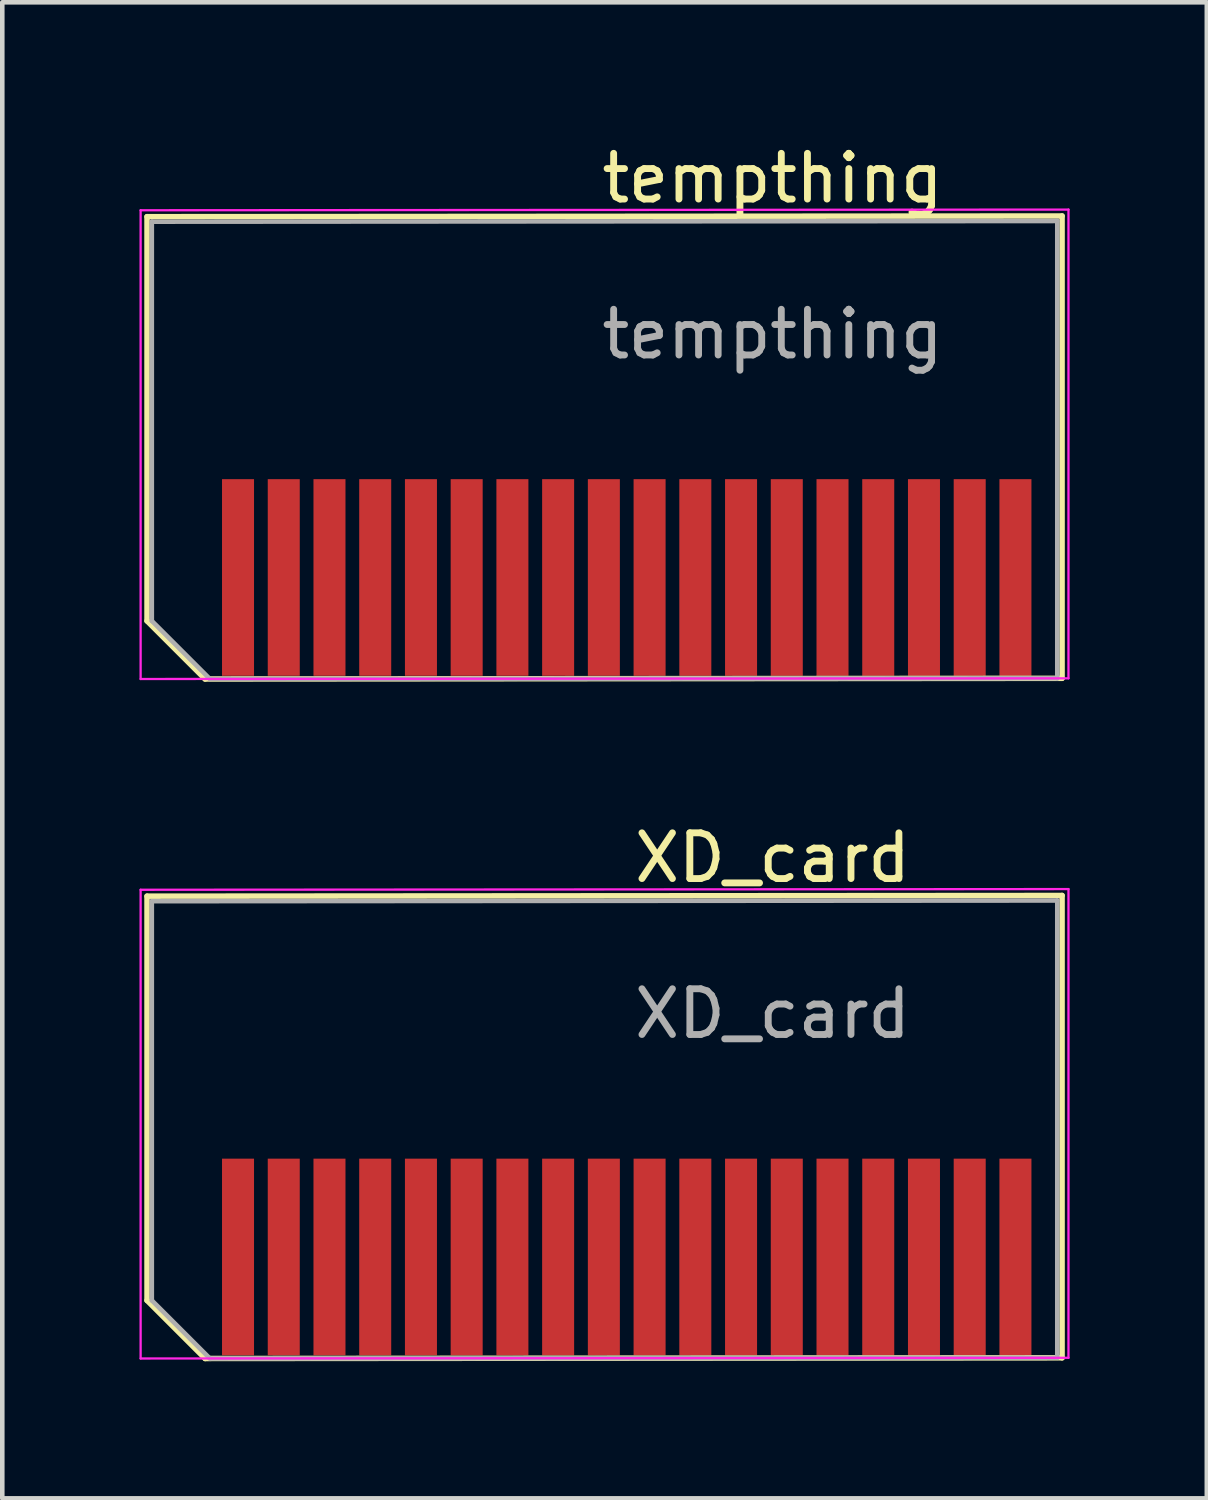
<source format=kicad_pcb>
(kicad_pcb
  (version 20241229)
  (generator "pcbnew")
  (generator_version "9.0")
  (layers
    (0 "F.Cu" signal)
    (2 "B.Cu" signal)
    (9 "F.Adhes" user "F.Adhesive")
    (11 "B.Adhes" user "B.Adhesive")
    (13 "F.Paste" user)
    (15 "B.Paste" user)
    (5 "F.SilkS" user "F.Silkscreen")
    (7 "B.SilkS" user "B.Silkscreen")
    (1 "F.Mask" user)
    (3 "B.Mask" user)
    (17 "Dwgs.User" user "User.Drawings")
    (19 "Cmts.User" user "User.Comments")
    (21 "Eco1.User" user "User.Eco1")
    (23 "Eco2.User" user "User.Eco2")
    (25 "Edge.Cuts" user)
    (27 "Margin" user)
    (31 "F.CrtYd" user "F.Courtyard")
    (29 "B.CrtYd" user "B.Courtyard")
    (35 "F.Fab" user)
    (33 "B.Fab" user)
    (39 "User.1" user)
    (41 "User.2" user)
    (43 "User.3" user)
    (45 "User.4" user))
  (footprint "XD_card"
    (layer "F.Cu")
    (at 13.845 21.657)
    (property "Reference" "XD_card" (at 0 -5.95 180) (layer "F.SilkS") (effects (font (size 1 1) (thickness 0.15))))
    (attr exclude_from_pos_files)
    (fp_line (start -13.68 -5.11) (end 6.33 -5.125) (stroke (width 0.12) (type solid)) (layer "F.SilkS"))
    (fp_line (start -13.68 3.73) (end -13.68 -5.11) (stroke (width 0.12) (type solid)) (layer "F.SilkS"))
    (fp_line (start -12.41 5) (end -13.68 3.73) (stroke (width 0.12) (type solid)) (layer "F.SilkS"))
    (fp_line (start -12.41 5) (end 6.33 4.985) (stroke (width 0.12) (type solid)) (layer "F.SilkS"))
    (fp_line (start 6.33 4.985) (end 6.33 -5.125) (stroke (width 0.12) (type solid)) (layer "F.SilkS"))
    (fp_line (start -13.82 -5.25) (end -13.82 5) (stroke (width 0.05) (type solid)) (layer "F.CrtYd"))
    (fp_line (start -13.82 5) (end 6.47 4.985) (stroke (width 0.05) (type solid)) (layer "F.CrtYd"))
    (fp_line (start 6.47 -5.265) (end -13.82 -5.25) (stroke (width 0.05) (type solid)) (layer "F.CrtYd"))
    (fp_line (start 6.47 4.985) (end 6.47 -5.265) (stroke (width 0.05) (type solid)) (layer "F.CrtYd"))
    (fp_line (start -13.575 -5) (end 6.225 -5.015) (stroke (width 0.1) (type solid)) (layer "F.Fab"))
    (fp_line (start -13.575 3.73) (end -13.575 -5) (stroke (width 0.1) (type solid)) (layer "F.Fab"))
    (fp_line (start -13.575 3.73) (end -12.305 5) (stroke (width 0.1) (type solid)) (layer "F.Fab"))
    (fp_line (start -12.305 5) (end 6.225 4.985) (stroke (width 0.1) (type solid)) (layer "F.Fab"))
    (fp_line (start 6.225 4.985) (end 6.225 -5.015) (stroke (width 0.1) (type solid)) (layer "F.Fab"))
    (fp_text user "${REFERENCE}" (at 0 -2.54 180) (layer "F.Fab") (effects (font (size 1 1) (thickness 0.15))))
    (pad "1" connect rect (at -11.69 2.78) (size 0.7 4.3) (layers "F.Cu" "F.Mask"))
    (pad "2" connect rect (at -10.69 2.78) (size 0.7 4.3) (layers "F.Cu" "F.Mask"))
    (pad "3" connect rect (at -9.69 2.78) (size 0.7 4.3) (layers "F.Cu" "F.Mask"))
    (pad "4" connect rect (at -8.69 2.78) (size 0.7 4.3) (layers "F.Cu" "F.Mask"))
    (pad "5" connect rect (at -7.69 2.78) (size 0.7 4.3) (layers "F.Cu" "F.Mask"))
    (pad "6" connect rect (at -6.69 2.78) (size 0.7 4.3) (layers "F.Cu" "F.Mask"))
    (pad "7" connect rect (at -5.69 2.78) (size 0.7 4.3) (layers "F.Cu" "F.Mask"))
    (pad "8" connect rect (at -4.69 2.78) (size 0.7 4.3) (layers "F.Cu" "F.Mask"))
    (pad "9" connect rect (at -3.69 2.78) (size 0.7 4.3) (layers "F.Cu" "F.Mask"))
    (pad "10" connect rect (at -2.69 2.78) (size 0.7 4.3) (layers "F.Cu" "F.Mask"))
    (pad "11" connect rect (at -1.69 2.78) (size 0.7 4.3) (layers "F.Cu" "F.Mask"))
    (pad "12" connect rect (at -0.69 2.78) (size 0.7 4.3) (layers "F.Cu" "F.Mask"))
    (pad "13" connect rect (at 0.31 2.78) (size 0.7 4.3) (layers "F.Cu" "F.Mask"))
    (pad "14" connect rect (at 1.31 2.78) (size 0.7 4.3) (layers "F.Cu" "F.Mask"))
    (pad "15" connect rect (at 2.31 2.78) (size 0.7 4.3) (layers "F.Cu" "F.Mask"))
    (pad "16" connect rect (at 3.31 2.78) (size 0.7 4.3) (layers "F.Cu" "F.Mask"))
    (pad "17" connect rect (at 4.31 2.78) (size 0.7 4.3) (layers "F.Cu" "F.Mask"))
    (pad "18" connect rect (at 5.31 2.78) (size 0.7 4.3) (layers "F.Cu" "F.Mask")))
  (footprint "tempthing"
    (layer "F.Cu")
    (at 13.845 6.798)
    (property "Reference" "tempthing" (at 0 -5.95 0) (layer "F.SilkS") (effects (font (size 1 1) (thickness 0.15))))
    (attr exclude_from_pos_files exclude_from_bom)
    (fp_line (start -13.68 -5.11) (end 6.33 -5.125) (stroke (width 0.12) (type solid)) (layer "F.SilkS"))
    (fp_line (start -13.68 3.73) (end -13.68 -5.11) (stroke (width 0.12) (type solid)) (layer "F.SilkS"))
    (fp_line (start -12.41 5) (end -13.68 3.73) (stroke (width 0.12) (type solid)) (layer "F.SilkS"))
    (fp_line (start -12.41 5) (end 6.33 4.985) (stroke (width 0.12) (type solid)) (layer "F.SilkS"))
    (fp_line (start 6.33 4.985) (end 6.33 -5.125) (stroke (width 0.12) (type solid)) (layer "F.SilkS"))
    (fp_line (start -13.82 -5.25) (end -13.82 5) (stroke (width 0.05) (type solid)) (layer "F.CrtYd"))
    (fp_line (start -13.82 5) (end 6.47 4.985) (stroke (width 0.05) (type solid)) (layer "F.CrtYd"))
    (fp_line (start 6.47 -5.265) (end -13.82 -5.25) (stroke (width 0.05) (type solid)) (layer "F.CrtYd"))
    (fp_line (start 6.47 4.985) (end 6.47 -5.265) (stroke (width 0.05) (type solid)) (layer "F.CrtYd"))
    (fp_line (start -13.575 -5) (end 6.225 -5.015) (stroke (width 0.1) (type solid)) (layer "F.Fab"))
    (fp_line (start -13.575 3.73) (end -13.575 -5) (stroke (width 0.1) (type solid)) (layer "F.Fab"))
    (fp_line (start -13.575 3.73) (end -12.305 5) (stroke (width 0.1) (type solid)) (layer "F.Fab"))
    (fp_line (start -12.305 5) (end 6.225 4.985) (stroke (width 0.1) (type solid)) (layer "F.Fab"))
    (fp_line (start 6.225 4.985) (end 6.225 -5.015) (stroke (width 0.1) (type solid)) (layer "F.Fab"))
    (fp_text user "${REFERENCE}" (at 0 -2.54 0) (layer "F.Fab") (effects (font (size 1 1) (thickness 0.15))))
    (pad "1" connect rect (at -11.69 2.78) (size 0.7 4.3) (layers "F.Cu" "F.Mask"))
    (pad "2" connect rect (at -10.69 2.78) (size 0.7 4.3) (layers "F.Cu" "F.Mask"))
    (pad "3" connect rect (at -9.69 2.78) (size 0.7 4.3) (layers "F.Cu" "F.Mask"))
    (pad "4" connect rect (at -8.69 2.78) (size 0.7 4.3) (layers "F.Cu" "F.Mask"))
    (pad "5" connect rect (at -7.69 2.78) (size 0.7 4.3) (layers "F.Cu" "F.Mask"))
    (pad "6" connect rect (at -6.69 2.78) (size 0.7 4.3) (layers "F.Cu" "F.Mask"))
    (pad "7" connect rect (at -5.69 2.78) (size 0.7 4.3) (layers "F.Cu" "F.Mask"))
    (pad "8" connect rect (at -4.69 2.78) (size 0.7 4.3) (layers "F.Cu" "F.Mask"))
    (pad "9" connect rect (at -3.69 2.78) (size 0.7 4.3) (layers "F.Cu" "F.Mask"))
    (pad "10" connect rect (at -2.69 2.78) (size 0.7 4.3) (layers "F.Cu" "F.Mask"))
    (pad "11" connect rect (at -1.69 2.78) (size 0.7 4.3) (layers "F.Cu" "F.Mask"))
    (pad "12" connect rect (at -0.69 2.78) (size 0.7 4.3) (layers "F.Cu" "F.Mask"))
    (pad "13" connect rect (at 0.31 2.78) (size 0.7 4.3) (layers "F.Cu" "F.Mask"))
    (pad "14" connect rect (at 1.31 2.78) (size 0.7 4.3) (layers "F.Cu" "F.Mask"))
    (pad "15" connect rect (at 2.31 2.78) (size 0.7 4.3) (layers "F.Cu" "F.Mask"))
    (pad "16" connect rect (at 3.31 2.78) (size 0.7 4.3) (layers "F.Cu" "F.Mask"))
    (pad "17" connect rect (at 4.31 2.78) (size 0.7 4.3) (layers "F.Cu" "F.Mask"))
    (pad "18" connect rect (at 5.31 2.78) (size 0.7 4.3) (layers "F.Cu" "F.Mask")))
  (gr_rect
    (start -3 -3)
    (end 23.34 29.716)
    (stroke (width 0.1) (type default))
    (fill no)
    (layer "Edge.Cuts")))
</source>
